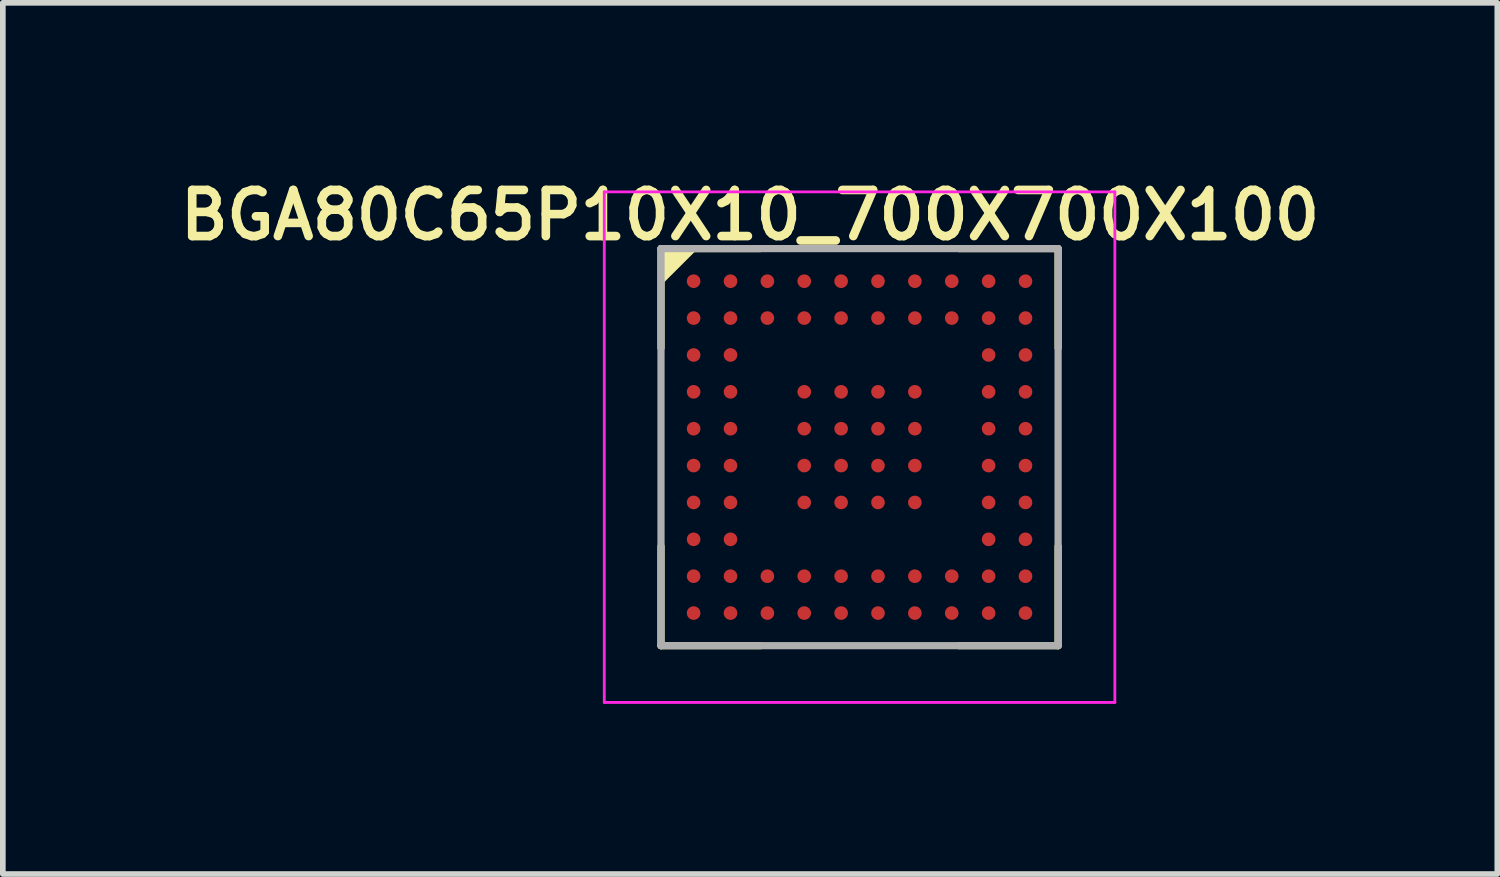
<source format=kicad_pcb>
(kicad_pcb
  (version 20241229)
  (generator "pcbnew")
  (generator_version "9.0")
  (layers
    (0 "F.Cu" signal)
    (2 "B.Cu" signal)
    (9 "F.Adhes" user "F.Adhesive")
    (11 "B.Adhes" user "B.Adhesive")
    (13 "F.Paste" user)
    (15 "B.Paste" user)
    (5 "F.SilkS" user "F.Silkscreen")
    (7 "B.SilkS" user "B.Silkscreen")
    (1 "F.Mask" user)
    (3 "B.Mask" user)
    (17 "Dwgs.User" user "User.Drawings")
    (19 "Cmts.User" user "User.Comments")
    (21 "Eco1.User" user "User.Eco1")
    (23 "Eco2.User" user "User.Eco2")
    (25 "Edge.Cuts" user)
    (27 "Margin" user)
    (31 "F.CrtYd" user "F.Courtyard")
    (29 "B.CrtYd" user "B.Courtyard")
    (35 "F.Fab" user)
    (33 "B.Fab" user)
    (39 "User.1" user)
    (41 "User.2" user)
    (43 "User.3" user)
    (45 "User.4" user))
  (footprint "BGA80C65P10X10_700X700X100"
    (layer "F.Cu")
    (at 12.102 4.832)
    (property "Reference" "BGA80C65P10X10_700X700X100" (at -1.93 -4.089 0) (layer "F.SilkS") (effects (font (size 0.813 0.813) (thickness 0.152) (bold yes))))
    (attr smd)
    (fp_line (start -3.5 -3.5) (end -3.5 -1.75) (stroke (width 0.127) (type solid)) (layer "F.SilkS"))
    (fp_line (start -3.5 -3.5) (end -1.75 -3.5) (stroke (width 0.127) (type solid)) (layer "F.SilkS"))
    (fp_line (start -3.5 3.5) (end -3.5 1.75) (stroke (width 0.127) (type solid)) (layer "F.SilkS"))
    (fp_line (start -3.5 3.5) (end -1.75 3.5) (stroke (width 0.127) (type solid)) (layer "F.SilkS"))
    (fp_line (start 3.5 -3.5) (end 1.75 -3.5) (stroke (width 0.127) (type solid)) (layer "F.SilkS"))
    (fp_line (start 3.5 -3.5) (end 3.5 -1.75) (stroke (width 0.127) (type solid)) (layer "F.SilkS"))
    (fp_line (start 3.5 3.5) (end 1.75 3.5) (stroke (width 0.127) (type solid)) (layer "F.SilkS"))
    (fp_line (start 3.5 3.5) (end 3.5 1.75) (stroke (width 0.127) (type solid)) (layer "F.SilkS"))
    (fp_poly (pts (xy -3.5 -3.5) (xy -3.5 -2.921) (xy -2.92 -3.5)) (stroke (width 0.1) (type solid)) (fill yes) (layer "F.SilkS"))
    (fp_line (start -4.5 -4.5) (end 4.5 -4.5) (stroke (width 0.05) (type solid)) (layer "F.CrtYd"))
    (fp_line (start -4.5 4.5) (end -4.5 -4.5) (stroke (width 0.05) (type solid)) (layer "F.CrtYd"))
    (fp_line (start -4.5 4.5) (end 4.5 4.5) (stroke (width 0.05) (type solid)) (layer "F.CrtYd"))
    (fp_line (start 4.5 4.5) (end 4.5 -4.5) (stroke (width 0.05) (type solid)) (layer "F.CrtYd"))
    (fp_line (start -3.5 3.5) (end -3.5 -3.5) (stroke (width 0.127) (type solid)) (layer "F.Fab"))
    (fp_line (start 3.5 -3.5) (end -3.5 -3.5) (stroke (width 0.127) (type solid)) (layer "F.Fab"))
    (fp_line (start 3.5 3.5) (end -3.5 3.5) (stroke (width 0.127) (type solid)) (layer "F.Fab"))
    (fp_line (start 3.5 3.5) (end 3.5 -3.5) (stroke (width 0.127) (type solid)) (layer "F.Fab"))
    (pad "A1" smd circle (at -2.925 -2.925) (size 0.24 0.24) (layers "F.Cu" "F.Mask" "F.Paste"))
    (pad "A2" smd circle (at -2.275 -2.925) (size 0.24 0.24) (layers "F.Cu" "F.Mask" "F.Paste"))
    (pad "A3" smd circle (at -1.625 -2.925) (size 0.24 0.24) (layers "F.Cu" "F.Mask" "F.Paste"))
    (pad "A4" smd circle (at -0.975 -2.925) (size 0.24 0.24) (layers "F.Cu" "F.Mask" "F.Paste"))
    (pad "A5" smd circle (at -0.325 -2.925) (size 0.24 0.24) (layers "F.Cu" "F.Mask" "F.Paste"))
    (pad "A6" smd circle (at 0.325 -2.925) (size 0.24 0.24) (layers "F.Cu" "F.Mask" "F.Paste"))
    (pad "A7" smd circle (at 0.975 -2.925) (size 0.24 0.24) (layers "F.Cu" "F.Mask" "F.Paste"))
    (pad "A8" smd circle (at 1.625 -2.925) (size 0.24 0.24) (layers "F.Cu" "F.Mask" "F.Paste"))
    (pad "A9" smd circle (at 2.275 -2.925) (size 0.24 0.24) (layers "F.Cu" "F.Mask" "F.Paste"))
    (pad "A10" smd circle (at 2.925 -2.925) (size 0.24 0.24) (layers "F.Cu" "F.Mask" "F.Paste"))
    (pad "B1" smd circle (at -2.925 -2.275) (size 0.24 0.24) (layers "F.Cu" "F.Mask" "F.Paste"))
    (pad "B2" smd circle (at -2.275 -2.275) (size 0.24 0.24) (layers "F.Cu" "F.Mask" "F.Paste"))
    (pad "B3" smd circle (at -1.625 -2.275) (size 0.24 0.24) (layers "F.Cu" "F.Mask" "F.Paste"))
    (pad "B4" smd circle (at -0.975 -2.275) (size 0.24 0.24) (layers "F.Cu" "F.Mask" "F.Paste"))
    (pad "B5" smd circle (at -0.325 -2.275) (size 0.24 0.24) (layers "F.Cu" "F.Mask" "F.Paste"))
    (pad "B6" smd circle (at 0.325 -2.275) (size 0.24 0.24) (layers "F.Cu" "F.Mask" "F.Paste"))
    (pad "B7" smd circle (at 0.975 -2.275) (size 0.24 0.24) (layers "F.Cu" "F.Mask" "F.Paste"))
    (pad "B8" smd circle (at 1.625 -2.275) (size 0.24 0.24) (layers "F.Cu" "F.Mask" "F.Paste"))
    (pad "B9" smd circle (at 2.275 -2.275) (size 0.24 0.24) (layers "F.Cu" "F.Mask" "F.Paste"))
    (pad "B10" smd circle (at 2.925 -2.275) (size 0.24 0.24) (layers "F.Cu" "F.Mask" "F.Paste"))
    (pad "C1" smd circle (at -2.925 -1.625) (size 0.24 0.24) (layers "F.Cu" "F.Mask" "F.Paste"))
    (pad "C2" smd circle (at -2.275 -1.625) (size 0.24 0.24) (layers "F.Cu" "F.Mask" "F.Paste"))
    (pad "C9" smd circle (at 2.275 -1.625) (size 0.24 0.24) (layers "F.Cu" "F.Mask" "F.Paste"))
    (pad "C10" smd circle (at 2.925 -1.625) (size 0.24 0.24) (layers "F.Cu" "F.Mask" "F.Paste"))
    (pad "D1" smd circle (at -2.925 -0.975) (size 0.24 0.24) (layers "F.Cu" "F.Mask" "F.Paste"))
    (pad "D2" smd circle (at -2.275 -0.975) (size 0.24 0.24) (layers "F.Cu" "F.Mask" "F.Paste"))
    (pad "D4" smd circle (at -0.975 -0.975) (size 0.24 0.24) (layers "F.Cu" "F.Mask" "F.Paste"))
    (pad "D5" smd circle (at -0.325 -0.975) (size 0.24 0.24) (layers "F.Cu" "F.Mask" "F.Paste"))
    (pad "D6" smd circle (at 0.325 -0.975) (size 0.24 0.24) (layers "F.Cu" "F.Mask" "F.Paste"))
    (pad "D7" smd circle (at 0.975 -0.975) (size 0.24 0.24) (layers "F.Cu" "F.Mask" "F.Paste"))
    (pad "D9" smd circle (at 2.275 -0.975) (size 0.24 0.24) (layers "F.Cu" "F.Mask" "F.Paste"))
    (pad "D10" smd circle (at 2.925 -0.975) (size 0.24 0.24) (layers "F.Cu" "F.Mask" "F.Paste"))
    (pad "E1" smd circle (at -2.925 -0.325) (size 0.24 0.24) (layers "F.Cu" "F.Mask" "F.Paste"))
    (pad "E2" smd circle (at -2.275 -0.325) (size 0.24 0.24) (layers "F.Cu" "F.Mask" "F.Paste"))
    (pad "E4" smd circle (at -0.975 -0.325) (size 0.24 0.24) (layers "F.Cu" "F.Mask" "F.Paste"))
    (pad "E5" smd circle (at -0.325 -0.325) (size 0.24 0.24) (layers "F.Cu" "F.Mask" "F.Paste"))
    (pad "E6" smd circle (at 0.325 -0.325) (size 0.24 0.24) (layers "F.Cu" "F.Mask" "F.Paste"))
    (pad "E7" smd circle (at 0.975 -0.325) (size 0.24 0.24) (layers "F.Cu" "F.Mask" "F.Paste"))
    (pad "E9" smd circle (at 2.275 -0.325) (size 0.24 0.24) (layers "F.Cu" "F.Mask" "F.Paste"))
    (pad "E10" smd circle (at 2.925 -0.325) (size 0.24 0.24) (layers "F.Cu" "F.Mask" "F.Paste"))
    (pad "F1" smd circle (at -2.925 0.325) (size 0.24 0.24) (layers "F.Cu" "F.Mask" "F.Paste"))
    (pad "F2" smd circle (at -2.275 0.325) (size 0.24 0.24) (layers "F.Cu" "F.Mask" "F.Paste"))
    (pad "F4" smd circle (at -0.975 0.325) (size 0.24 0.24) (layers "F.Cu" "F.Mask" "F.Paste"))
    (pad "F5" smd circle (at -0.325 0.325) (size 0.24 0.24) (layers "F.Cu" "F.Mask" "F.Paste"))
    (pad "F6" smd circle (at 0.325 0.325) (size 0.24 0.24) (layers "F.Cu" "F.Mask" "F.Paste"))
    (pad "F7" smd circle (at 0.975 0.325) (size 0.24 0.24) (layers "F.Cu" "F.Mask" "F.Paste"))
    (pad "F9" smd circle (at 2.275 0.325) (size 0.24 0.24) (layers "F.Cu" "F.Mask" "F.Paste"))
    (pad "F10" smd circle (at 2.925 0.325) (size 0.24 0.24) (layers "F.Cu" "F.Mask" "F.Paste"))
    (pad "G1" smd circle (at -2.925 0.975) (size 0.24 0.24) (layers "F.Cu" "F.Mask" "F.Paste"))
    (pad "G2" smd circle (at -2.275 0.975) (size 0.24 0.24) (layers "F.Cu" "F.Mask" "F.Paste"))
    (pad "G4" smd circle (at -0.975 0.975) (size 0.24 0.24) (layers "F.Cu" "F.Mask" "F.Paste"))
    (pad "G5" smd circle (at -0.325 0.975) (size 0.24 0.24) (layers "F.Cu" "F.Mask" "F.Paste"))
    (pad "G6" smd circle (at 0.325 0.975) (size 0.24 0.24) (layers "F.Cu" "F.Mask" "F.Paste"))
    (pad "G7" smd circle (at 0.975 0.975) (size 0.24 0.24) (layers "F.Cu" "F.Mask" "F.Paste"))
    (pad "G9" smd circle (at 2.275 0.975) (size 0.24 0.24) (layers "F.Cu" "F.Mask" "F.Paste"))
    (pad "G10" smd circle (at 2.925 0.975) (size 0.24 0.24) (layers "F.Cu" "F.Mask" "F.Paste"))
    (pad "H1" smd circle (at -2.925 1.625) (size 0.24 0.24) (layers "F.Cu" "F.Mask" "F.Paste"))
    (pad "H2" smd circle (at -2.275 1.625) (size 0.24 0.24) (layers "F.Cu" "F.Mask" "F.Paste"))
    (pad "H9" smd circle (at 2.275 1.625) (size 0.24 0.24) (layers "F.Cu" "F.Mask" "F.Paste"))
    (pad "H10" smd circle (at 2.925 1.625) (size 0.24 0.24) (layers "F.Cu" "F.Mask" "F.Paste"))
    (pad "J1" smd circle (at -2.925 2.275) (size 0.24 0.24) (layers "F.Cu" "F.Mask" "F.Paste"))
    (pad "J2" smd circle (at -2.275 2.275) (size 0.24 0.24) (layers "F.Cu" "F.Mask" "F.Paste"))
    (pad "J3" smd circle (at -1.625 2.275) (size 0.24 0.24) (layers "F.Cu" "F.Mask" "F.Paste"))
    (pad "J4" smd circle (at -0.975 2.275) (size 0.24 0.24) (layers "F.Cu" "F.Mask" "F.Paste"))
    (pad "J5" smd circle (at -0.325 2.275) (size 0.24 0.24) (layers "F.Cu" "F.Mask" "F.Paste"))
    (pad "J6" smd circle (at 0.325 2.275) (size 0.24 0.24) (layers "F.Cu" "F.Mask" "F.Paste"))
    (pad "J7" smd circle (at 0.975 2.275) (size 0.24 0.24) (layers "F.Cu" "F.Mask" "F.Paste"))
    (pad "J8" smd circle (at 1.625 2.275) (size 0.24 0.24) (layers "F.Cu" "F.Mask" "F.Paste"))
    (pad "J9" smd circle (at 2.275 2.275) (size 0.24 0.24) (layers "F.Cu" "F.Mask" "F.Paste"))
    (pad "J10" smd circle (at 2.925 2.275) (size 0.24 0.24) (layers "F.Cu" "F.Mask" "F.Paste"))
    (pad "K1" smd circle (at -2.925 2.925) (size 0.24 0.24) (layers "F.Cu" "F.Mask" "F.Paste"))
    (pad "K2" smd circle (at -2.275 2.925) (size 0.24 0.24) (layers "F.Cu" "F.Mask" "F.Paste"))
    (pad "K3" smd circle (at -1.625 2.925) (size 0.24 0.24) (layers "F.Cu" "F.Mask" "F.Paste"))
    (pad "K4" smd circle (at -0.975 2.925) (size 0.24 0.24) (layers "F.Cu" "F.Mask" "F.Paste"))
    (pad "K5" smd circle (at -0.325 2.925) (size 0.24 0.24) (layers "F.Cu" "F.Mask" "F.Paste"))
    (pad "K6" smd circle (at 0.325 2.925) (size 0.24 0.24) (layers "F.Cu" "F.Mask" "F.Paste"))
    (pad "K7" smd circle (at 0.975 2.925) (size 0.24 0.24) (layers "F.Cu" "F.Mask" "F.Paste"))
    (pad "K8" smd circle (at 1.625 2.925) (size 0.24 0.24) (layers "F.Cu" "F.Mask" "F.Paste"))
    (pad "K9" smd circle (at 2.275 2.925) (size 0.24 0.24) (layers "F.Cu" "F.Mask" "F.Paste"))
    (pad "K10" smd circle (at 2.925 2.925) (size 0.24 0.24) (layers "F.Cu" "F.Mask" "F.Paste")))
  (gr_rect
    (start -3 -3)
    (end 23.344 12.357)
    (stroke (width 0.1) (type default))
    (fill no)
    (layer "Edge.Cuts")))
</source>
